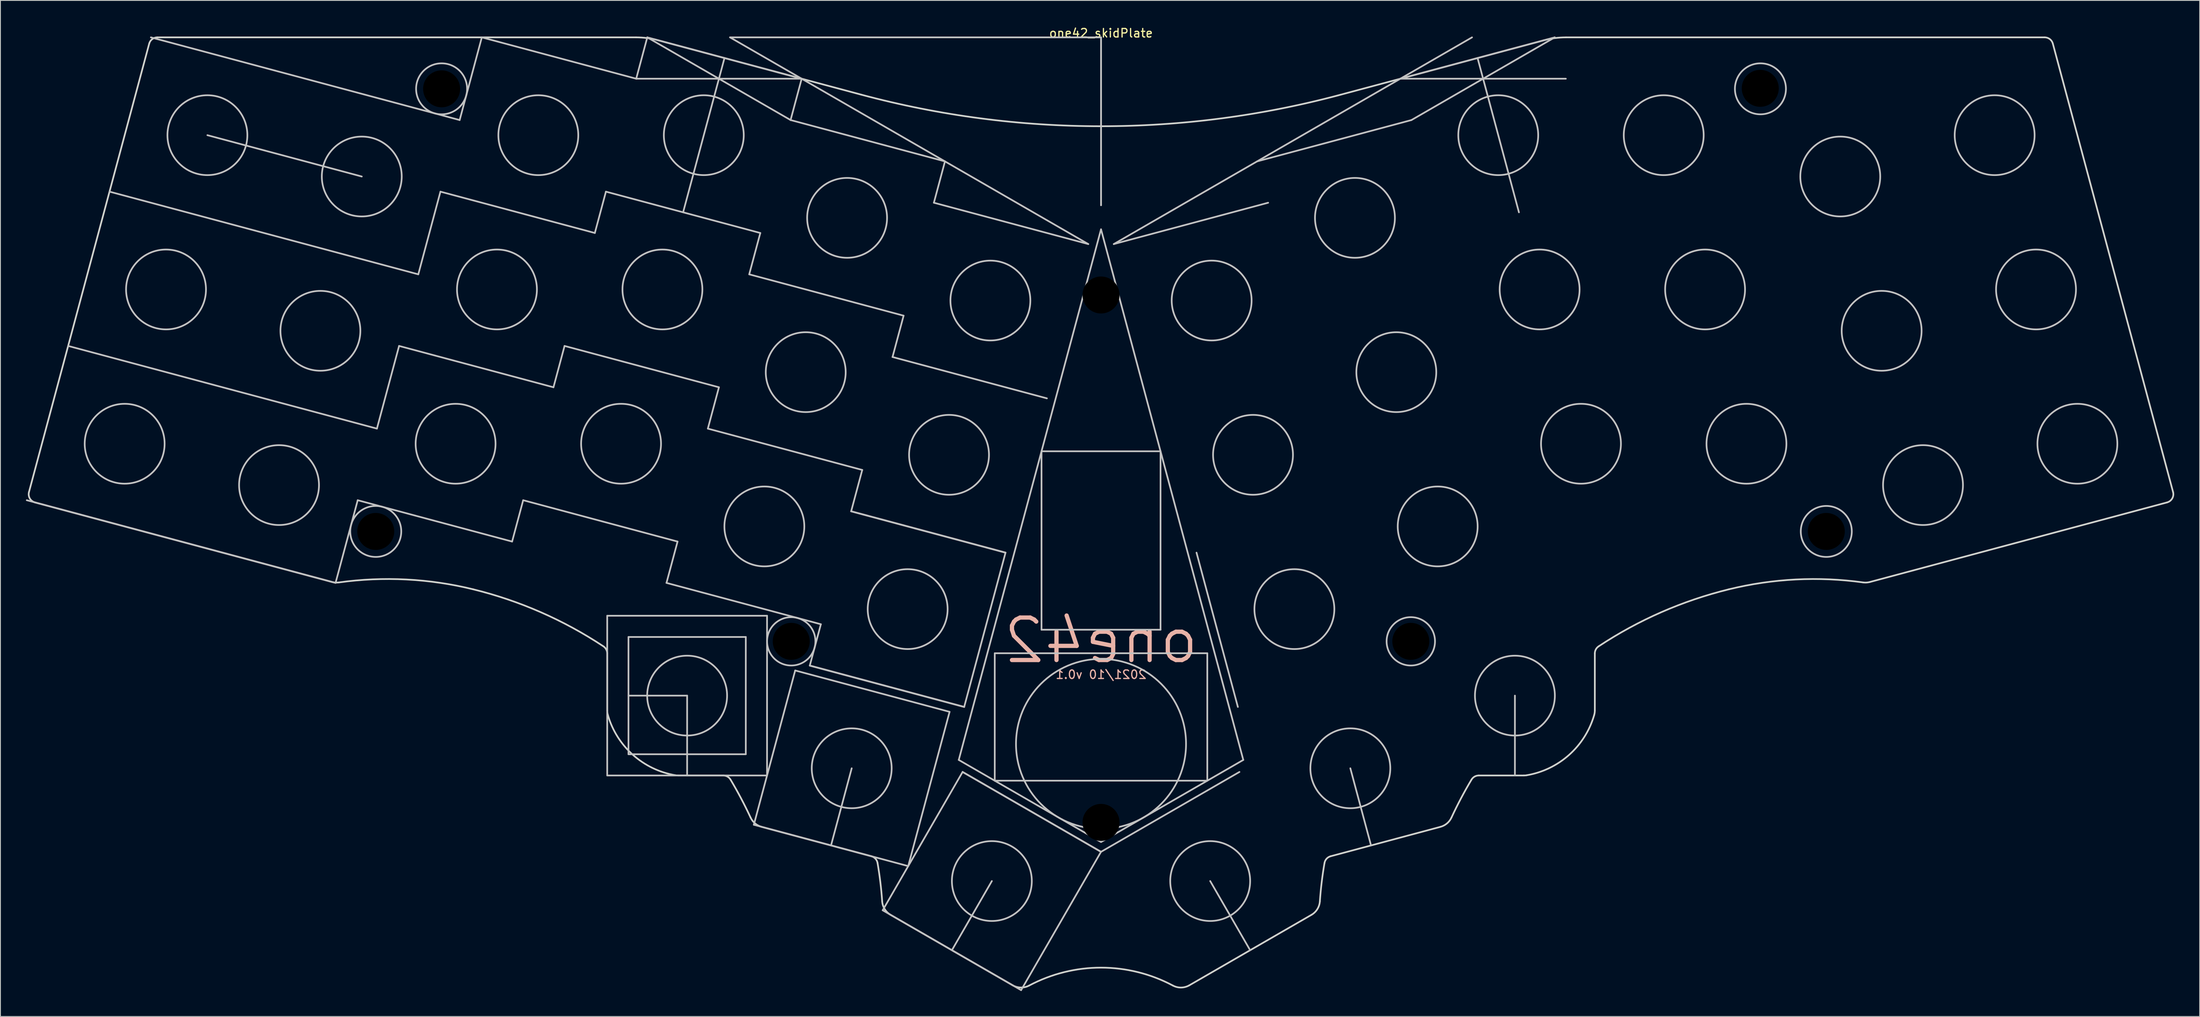
<source format=kicad_pcb>
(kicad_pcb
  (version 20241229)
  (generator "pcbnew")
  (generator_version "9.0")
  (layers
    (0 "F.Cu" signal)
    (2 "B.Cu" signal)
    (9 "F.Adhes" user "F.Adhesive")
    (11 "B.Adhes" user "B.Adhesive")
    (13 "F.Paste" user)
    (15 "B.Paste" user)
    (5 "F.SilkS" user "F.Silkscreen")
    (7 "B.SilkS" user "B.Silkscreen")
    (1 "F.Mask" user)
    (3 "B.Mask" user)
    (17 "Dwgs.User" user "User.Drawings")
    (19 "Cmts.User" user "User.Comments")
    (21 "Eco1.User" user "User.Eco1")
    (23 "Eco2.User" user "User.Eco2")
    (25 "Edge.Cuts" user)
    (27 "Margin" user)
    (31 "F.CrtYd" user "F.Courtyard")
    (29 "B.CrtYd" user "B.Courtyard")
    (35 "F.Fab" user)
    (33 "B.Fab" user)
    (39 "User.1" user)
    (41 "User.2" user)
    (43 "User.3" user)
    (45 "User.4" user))
  (footprint "one42_skidPlate"
    (layer "F.Cu")
    (at 126.458 1.348)
    (property "Reference" "one42_skidPlate" (at 0 -0.5 0) (unlocked yes) (layer "F.SilkS") (effects (font (size 1 1) (thickness 0.15))))
    (fp_line (start -105.113 11.513) (end -86.954 16.378) (stroke (width 0.2) (type solid)) (layer "Dwgs.User"))
    (fp_line (start -90.039 64.21) (end -126.358 54.478) (stroke (width 0.2) (type solid)) (layer "Dwgs.User"))
    (fp_line (start -87.431 54.478) (end -90.039 64.21) (stroke (width 0.2) (type solid)) (layer "Dwgs.User"))
    (fp_line (start -85.173 46.05) (end -121.492 36.319) (stroke (width 0.2) (type solid)) (layer "Dwgs.User"))
    (fp_line (start -82.565 36.319) (end -85.173 46.05) (stroke (width 0.2) (type solid)) (layer "Dwgs.User"))
    (fp_line (start -80.307 27.891) (end -116.626 18.159) (stroke (width 0.2) (type solid)) (layer "Dwgs.User"))
    (fp_line (start -77.7 18.159) (end -80.307 27.891) (stroke (width 0.2) (type solid)) (layer "Dwgs.User"))
    (fp_line (start -75.441 9.732) (end -111.76 0) (stroke (width 0.2) (type solid)) (layer "Dwgs.User"))
    (fp_line (start -72.834 0) (end -75.441 9.732) (stroke (width 0.2) (type solid)) (layer "Dwgs.User"))
    (fp_line (start -69.272 59.344) (end -87.431 54.478) (stroke (width 0.2) (type solid)) (layer "Dwgs.User"))
    (fp_line (start -69.272 59.344) (end -67.968 54.478) (stroke (width 0.2) (type solid)) (layer "Dwgs.User"))
    (fp_line (start -67.968 54.478) (end -49.809 59.344) (stroke (width 0.2) (type solid)) (layer "Dwgs.User"))
    (fp_line (start -64.406 41.185) (end -82.565 36.319) (stroke (width 0.2) (type solid)) (layer "Dwgs.User"))
    (fp_line (start -64.406 41.185) (end -63.102 36.319) (stroke (width 0.2) (type solid)) (layer "Dwgs.User"))
    (fp_line (start -63.102 36.319) (end -44.943 41.185) (stroke (width 0.2) (type solid)) (layer "Dwgs.User"))
    (fp_line (start -59.54 23.025) (end -77.7 18.159) (stroke (width 0.2) (type solid)) (layer "Dwgs.User"))
    (fp_line (start -59.54 23.025) (end -58.236 18.159) (stroke (width 0.2) (type solid)) (layer "Dwgs.User"))
    (fp_line (start -58.236 18.159) (end -40.077 23.025) (stroke (width 0.2) (type solid)) (layer "Dwgs.User"))
    (fp_line (start -58.084 68.076) (end -39.284 68.076) (stroke (width 0.2) (type solid)) (layer "Dwgs.User"))
    (fp_line (start -58.084 86.876) (end -58.084 68.076) (stroke (width 0.2) (type solid)) (layer "Dwgs.User"))
    (fp_line (start -55.584 70.576) (end -55.584 84.376) (stroke (width 0.2) (type solid)) (layer "Dwgs.User"))
    (fp_line (start -55.584 84.376) (end -41.784 84.376) (stroke (width 0.2) (type solid)) (layer "Dwgs.User"))
    (fp_line (start -54.674 4.866) (end -72.834 0) (stroke (width 0.2) (type solid)) (layer "Dwgs.User"))
    (fp_line (start -54.674 4.866) (end -53.371 0) (stroke (width 0.2) (type solid)) (layer "Dwgs.User"))
    (fp_line (start -53.371 0) (end -36.515 9.732) (stroke (width 0.2) (type solid)) (layer "Dwgs.User"))
    (fp_line (start -53.371 0) (end -35.211 4.866) (stroke (width 0.2) (type solid)) (layer "Dwgs.User"))
    (fp_line (start -51.112 64.21) (end -32.953 69.076) (stroke (width 0.2) (type solid)) (layer "Dwgs.User"))
    (fp_line (start -49.809 59.344) (end -51.112 64.21) (stroke (width 0.2) (type solid)) (layer "Dwgs.User"))
    (fp_line (start -48.684 77.476) (end -55.584 77.476) (stroke (width 0.2) (type solid)) (layer "Dwgs.User"))
    (fp_line (start -48.684 86.876) (end -48.684 77.476) (stroke (width 0.2) (type solid)) (layer "Dwgs.User"))
    (fp_line (start -46.247 46.05) (end -28.087 50.916) (stroke (width 0.2) (type solid)) (layer "Dwgs.User"))
    (fp_line (start -44.943 41.185) (end -46.247 46.05) (stroke (width 0.2) (type solid)) (layer "Dwgs.User"))
    (fp_line (start -44.291 2.433) (end -49.157 20.592) (stroke (width 0.2) (type solid)) (layer "Dwgs.User"))
    (fp_line (start -43.639 0) (end -1.5 24.329) (stroke (width 0.2) (type solid)) (layer "Dwgs.User"))
    (fp_line (start -41.784 70.576) (end -55.584 70.576) (stroke (width 0.2) (type solid)) (layer "Dwgs.User"))
    (fp_line (start -41.784 84.376) (end -41.784 70.576) (stroke (width 0.2) (type solid)) (layer "Dwgs.User"))
    (fp_line (start -41.381 27.891) (end -23.221 32.757) (stroke (width 0.2) (type solid)) (layer "Dwgs.User"))
    (fp_line (start -40.838 92.676) (end -22.679 97.542) (stroke (width 0.2) (type solid)) (layer "Dwgs.User"))
    (fp_line (start -40.077 23.025) (end -41.381 27.891) (stroke (width 0.2) (type solid)) (layer "Dwgs.User"))
    (fp_line (start -39.284 68.076) (end -39.284 86.876) (stroke (width 0.2) (type solid)) (layer "Dwgs.User"))
    (fp_line (start -39.284 86.876) (end -58.084 86.876) (stroke (width 0.2) (type solid)) (layer "Dwgs.User"))
    (fp_line (start -36.515 9.732) (end -18.356 14.597) (stroke (width 0.2) (type solid)) (layer "Dwgs.User"))
    (fp_line (start -35.973 74.517) (end -40.838 92.676) (stroke (width 0.2) (type solid)) (layer "Dwgs.User"))
    (fp_line (start -35.211 4.866) (end -54.674 4.866) (stroke (width 0.2) (type solid)) (layer "Dwgs.User"))
    (fp_line (start -35.211 4.866) (end -36.515 9.732) (stroke (width 0.2) (type solid)) (layer "Dwgs.User"))
    (fp_line (start -34.257 73.941) (end -16.097 78.807) (stroke (width 0.2) (type solid)) (layer "Dwgs.User"))
    (fp_line (start -34.257 73.941) (end -16.097 78.807) (stroke (width 0.2) (type solid)) (layer "Dwgs.User"))
    (fp_line (start -32.953 69.076) (end -34.257 73.941) (stroke (width 0.2) (type solid)) (layer "Dwgs.User"))
    (fp_line (start -29.391 55.782) (end -11.232 60.648) (stroke (width 0.2) (type solid)) (layer "Dwgs.User"))
    (fp_line (start -29.391 55.782) (end -11.232 60.648) (stroke (width 0.2) (type solid)) (layer "Dwgs.User"))
    (fp_line (start -29.326 86.03) (end -31.759 95.109) (stroke (width 0.2) (type solid)) (layer "Dwgs.User"))
    (fp_line (start -28.087 50.916) (end -29.391 55.782) (stroke (width 0.2) (type solid)) (layer "Dwgs.User"))
    (fp_line (start -25.681 102.742) (end -9.4 112.142) (stroke (width 0.2) (type solid)) (layer "Dwgs.User"))
    (fp_line (start -24.525 37.623) (end -6.366 42.488) (stroke (width 0.2) (type solid)) (layer "Dwgs.User"))
    (fp_line (start -23.221 32.757) (end -24.525 37.623) (stroke (width 0.2) (type solid)) (layer "Dwgs.User"))
    (fp_line (start -22.679 97.542) (end -17.813 79.383) (stroke (width 0.2) (type solid)) (layer "Dwgs.User"))
    (fp_line (start -19.659 19.463) (end -1.5 24.329) (stroke (width 0.2) (type solid)) (layer "Dwgs.User"))
    (fp_line (start -18.356 14.597) (end -19.659 19.463) (stroke (width 0.2) (type solid)) (layer "Dwgs.User"))
    (fp_line (start -17.813 79.383) (end -35.973 74.517) (stroke (width 0.2) (type solid)) (layer "Dwgs.User"))
    (fp_line (start -17.541 107.442) (end -12.841 99.302) (stroke (width 0.2) (type solid)) (layer "Dwgs.User"))
    (fp_line (start -16.734 85.045) (end 0 94.706) (stroke (width 0.2) (type solid)) (layer "Dwgs.User"))
    (fp_line (start -16.281 86.461) (end -25.681 102.742) (stroke (width 0.2) (type solid)) (layer "Dwgs.User"))
    (fp_line (start -16.281 86.461) (end 0 95.861) (stroke (width 0.2) (type solid)) (layer "Dwgs.User"))
    (fp_line (start -16.097 78.807) (end -11.232 60.648) (stroke (width 0.2) (type solid)) (layer "Dwgs.User"))
    (fp_line (start -12.5 72.489) (end -12.5 87.489) (stroke (width 0.2) (type solid)) (layer "Dwgs.User"))
    (fp_line (start -12.5 87.489) (end 12.5 87.489) (stroke (width 0.2) (type solid)) (layer "Dwgs.User"))
    (fp_line (start -9.4 112.142) (end 0 95.861) (stroke (width 0.2) (type solid)) (layer "Dwgs.User"))
    (fp_line (start -7 48.719) (end 7 48.719) (stroke (width 0.2) (type solid)) (layer "Dwgs.User"))
    (fp_line (start -7 69.719) (end -7 48.719) (stroke (width 0.2) (type solid)) (layer "Dwgs.User"))
    (fp_line (start 0 0) (end -43.639 0) (stroke (width 0.2) (type solid)) (layer "Dwgs.User"))
    (fp_line (start 0 0) (end 0 19.759) (stroke (width 0.2) (type solid)) (layer "Dwgs.User"))
    (fp_line (start 0 0) (end 0 19.759) (stroke (width 0.2) (type solid)) (layer "Dwgs.User"))
    (fp_line (start 0 22.595) (end -16.734 85.045) (stroke (width 0.2) (type solid)) (layer "Dwgs.User"))
    (fp_line (start 0 22.595) (end 16.734 85.045) (stroke (width 0.2) (type solid)) (layer "Dwgs.User"))
    (fp_line (start 0 95.861) (end -16.281 86.461) (stroke (width 0.2) (type solid)) (layer "Dwgs.User"))
    (fp_line (start 7 48.719) (end 7 69.719) (stroke (width 0.2) (type solid)) (layer "Dwgs.User"))
    (fp_line (start 7 69.719) (end -7 69.719) (stroke (width 0.2) (type solid)) (layer "Dwgs.User"))
    (fp_line (start 12.5 72.489) (end -12.5 72.489) (stroke (width 0.2) (type solid)) (layer "Dwgs.User"))
    (fp_line (start 12.5 87.489) (end 12.5 72.489) (stroke (width 0.2) (type solid)) (layer "Dwgs.User"))
    (fp_line (start 16.097 78.807) (end 11.232 60.648) (stroke (width 0.2) (type solid)) (layer "Dwgs.User"))
    (fp_line (start 16.281 86.461) (end 0 95.861) (stroke (width 0.2) (type solid)) (layer "Dwgs.User"))
    (fp_line (start 16.734 85.045) (end 0 94.706) (stroke (width 0.2) (type solid)) (layer "Dwgs.User"))
    (fp_line (start 17.541 107.442) (end 12.841 99.302) (stroke (width 0.2) (type solid)) (layer "Dwgs.User"))
    (fp_line (start 19.659 19.463) (end 1.5 24.329) (stroke (width 0.2) (type solid)) (layer "Dwgs.User"))
    (fp_line (start 29.326 86.03) (end 31.759 95.109) (stroke (width 0.2) (type solid)) (layer "Dwgs.User"))
    (fp_line (start 35.211 4.866) (end 54.674 4.866) (stroke (width 0.2) (type solid)) (layer "Dwgs.User"))
    (fp_line (start 36.515 9.732) (end 18.356 14.597) (stroke (width 0.2) (type solid)) (layer "Dwgs.User"))
    (fp_line (start 43.639 0) (end 1.5 24.329) (stroke (width 0.2) (type solid)) (layer "Dwgs.User"))
    (fp_line (start 44.291 2.433) (end 49.157 20.592) (stroke (width 0.2) (type solid)) (layer "Dwgs.User"))
    (fp_line (start 48.684 86.876) (end 48.684 77.476) (stroke (width 0.2) (type solid)) (layer "Dwgs.User"))
    (fp_line (start 53.371 0) (end 35.211 4.866) (stroke (width 0.2) (type solid)) (layer "Dwgs.User"))
    (fp_line (start 53.371 0) (end 36.515 9.732) (stroke (width 0.2) (type solid)) (layer "Dwgs.User"))
    (fp_circle (center -114.845 47.831) (end -110.145 47.831) (stroke (width 0.2) (type solid)) (fill no) (layer "Dwgs.User"))
    (fp_circle (center -109.979 29.672) (end -105.279 29.672) (stroke (width 0.2) (type solid)) (fill no) (layer "Dwgs.User"))
    (fp_circle (center -105.113 11.513) (end -100.413 11.513) (stroke (width 0.2) (type solid)) (fill no) (layer "Dwgs.User"))
    (fp_circle (center -96.686 52.697) (end -91.986 52.697) (stroke (width 0.2) (type solid)) (fill no) (layer "Dwgs.User"))
    (fp_circle (center -91.82 34.538) (end -87.12 34.538) (stroke (width 0.2) (type solid)) (fill no) (layer "Dwgs.User"))
    (fp_circle (center -86.954 16.378) (end -82.254 16.378) (stroke (width 0.2) (type solid)) (fill no) (layer "Dwgs.User"))
    (fp_circle (center -85.31 58.152) (end -82.31 58.152) (stroke (width 0.2) (type solid)) (fill no) (layer "Dwgs.User"))
    (fp_circle (center -77.563 6.057) (end -74.563 6.057) (stroke (width 0.2) (type solid)) (fill no) (layer "Dwgs.User"))
    (fp_circle (center -75.919 47.831) (end -71.219 47.831) (stroke (width 0.2) (type solid)) (fill no) (layer "Dwgs.User"))
    (fp_circle (center -71.053 29.672) (end -66.353 29.672) (stroke (width 0.2) (type solid)) (fill no) (layer "Dwgs.User"))
    (fp_circle (center -66.187 11.513) (end -61.487 11.513) (stroke (width 0.2) (type solid)) (fill no) (layer "Dwgs.User"))
    (fp_circle (center -56.455 47.831) (end -51.755 47.831) (stroke (width 0.2) (type solid)) (fill no) (layer "Dwgs.User"))
    (fp_circle (center -51.59 29.672) (end -46.89 29.672) (stroke (width 0.2) (type solid)) (fill no) (layer "Dwgs.User"))
    (fp_circle (center -48.684 77.476) (end -43.984 77.476) (stroke (width 0.2) (type solid)) (fill no) (layer "Dwgs.User"))
    (fp_circle (center -46.724 11.513) (end -42.024 11.513) (stroke (width 0.2) (type solid)) (fill no) (layer "Dwgs.User"))
    (fp_circle (center -39.6 57.563) (end -34.9 57.563) (stroke (width 0.2) (type solid)) (fill no) (layer "Dwgs.User"))
    (fp_circle (center -36.438 71.088) (end -33.593 71.088) (stroke (width 0.2) (type solid)) (fill no) (layer "Dwgs.User"))
    (fp_circle (center -34.734 39.404) (end -30.034 39.404) (stroke (width 0.2) (type solid)) (fill no) (layer "Dwgs.User"))
    (fp_circle (center -29.868 21.244) (end -25.168 21.244) (stroke (width 0.2) (type solid)) (fill no) (layer "Dwgs.User"))
    (fp_circle (center -29.326 86.03) (end -24.626 86.03) (stroke (width 0.2) (type solid)) (fill no) (layer "Dwgs.User"))
    (fp_circle (center -22.744 67.295) (end -18.044 67.295) (stroke (width 0.2) (type solid)) (fill no) (layer "Dwgs.User"))
    (fp_circle (center -17.878 49.135) (end -13.178 49.135) (stroke (width 0.2) (type solid)) (fill no) (layer "Dwgs.User"))
    (fp_circle (center -13.013 30.976) (end -8.313 30.976) (stroke (width 0.2) (type solid)) (fill no) (layer "Dwgs.User"))
    (fp_circle (center -12.841 99.302) (end -8.141 99.302) (stroke (width 0.2) (type solid)) (fill no) (layer "Dwgs.User"))
    (fp_circle (center 0 30.322) (end 2 30.322) (stroke (width 0.2) (type solid)) (fill no) (layer "Dwgs.User"))
    (fp_circle (center 0 83.159) (end 10 83.159) (stroke (width 0.2) (type solid)) (fill no) (layer "Dwgs.User"))
    (fp_circle (center 0 92.397) (end 2 92.397) (stroke (width 0.2) (type solid)) (fill no) (layer "Dwgs.User"))
    (fp_circle (center 12.841 99.302) (end 17.541 99.302) (stroke (width 0.2) (type solid)) (fill no) (layer "Dwgs.User"))
    (fp_circle (center 13.013 30.976) (end 17.713 30.976) (stroke (width 0.2) (type solid)) (fill no) (layer "Dwgs.User"))
    (fp_circle (center 17.878 49.135) (end 22.578 49.135) (stroke (width 0.2) (type solid)) (fill no) (layer "Dwgs.User"))
    (fp_circle (center 22.744 67.295) (end 27.444 67.295) (stroke (width 0.2) (type solid)) (fill no) (layer "Dwgs.User"))
    (fp_circle (center 29.326 86.03) (end 34.026 86.03) (stroke (width 0.2) (type solid)) (fill no) (layer "Dwgs.User"))
    (fp_circle (center 29.868 21.244) (end 34.568 21.244) (stroke (width 0.2) (type solid)) (fill no) (layer "Dwgs.User"))
    (fp_circle (center 34.734 39.404) (end 39.434 39.404) (stroke (width 0.2) (type solid)) (fill no) (layer "Dwgs.User"))
    (fp_circle (center 36.438 71.088) (end 39.284 71.088) (stroke (width 0.2) (type solid)) (fill no) (layer "Dwgs.User"))
    (fp_circle (center 39.6 57.563) (end 44.3 57.563) (stroke (width 0.2) (type solid)) (fill no) (layer "Dwgs.User"))
    (fp_circle (center 46.724 11.513) (end 51.424 11.513) (stroke (width 0.2) (type solid)) (fill no) (layer "Dwgs.User"))
    (fp_circle (center 48.684 77.476) (end 53.384 77.476) (stroke (width 0.2) (type solid)) (fill no) (layer "Dwgs.User"))
    (fp_circle (center 51.59 29.672) (end 56.29 29.672) (stroke (width 0.2) (type solid)) (fill no) (layer "Dwgs.User"))
    (fp_circle (center 56.455 47.831) (end 61.155 47.831) (stroke (width 0.2) (type solid)) (fill no) (layer "Dwgs.User"))
    (fp_circle (center 66.187 11.513) (end 70.887 11.513) (stroke (width 0.2) (type solid)) (fill no) (layer "Dwgs.User"))
    (fp_circle (center 71.053 29.672) (end 75.753 29.672) (stroke (width 0.2) (type solid)) (fill no) (layer "Dwgs.User"))
    (fp_circle (center 75.919 47.831) (end 80.619 47.831) (stroke (width 0.2) (type solid)) (fill no) (layer "Dwgs.User"))
    (fp_circle (center 77.563 6.057) (end 80.563 6.057) (stroke (width 0.2) (type solid)) (fill no) (layer "Dwgs.User"))
    (fp_circle (center 85.31 58.152) (end 88.31 58.152) (stroke (width 0.2) (type solid)) (fill no) (layer "Dwgs.User"))
    (fp_circle (center 86.954 16.378) (end 91.654 16.378) (stroke (width 0.2) (type solid)) (fill no) (layer "Dwgs.User"))
    (fp_circle (center 91.82 34.538) (end 96.52 34.538) (stroke (width 0.2) (type solid)) (fill no) (layer "Dwgs.User"))
    (fp_circle (center 96.686 52.697) (end 101.386 52.697) (stroke (width 0.2) (type solid)) (fill no) (layer "Dwgs.User"))
    (fp_circle (center 105.113 11.513) (end 109.813 11.513) (stroke (width 0.2) (type solid)) (fill no) (layer "Dwgs.User"))
    (fp_circle (center 109.979 29.672) (end 114.679 29.672) (stroke (width 0.2) (type solid)) (fill no) (layer "Dwgs.User"))
    (fp_circle (center 114.845 47.831) (end 119.545 47.831) (stroke (width 0.2) (type solid)) (fill no) (layer "Dwgs.User"))
    (fp_line (start -125.392 54.737) (end -90.435 64.104) (stroke (width 0.2) (type solid)) (layer "Edge.Cuts"))
    (fp_line (start -111.959 0.741) (end -126.099 53.512) (stroke (width 0.2) (type solid)) (layer "Edge.Cuts"))
    (fp_line (start -58.084 72.51) (end -58.084 79.216) (stroke (width 0.2) (type solid)) (layer "Edge.Cuts"))
    (fp_line (start -54.687 0) (end -110.993 0) (stroke (width 0.2) (type solid)) (layer "Edge.Cuts"))
    (fp_line (start -49.739 86.876) (end -44.436 86.876) (stroke (width 0.2) (type solid)) (layer "Edge.Cuts"))
    (fp_line (start -39.923 92.922) (end -27.013 96.381) (stroke (width 0.2) (type solid)) (layer "Edge.Cuts"))
    (fp_line (start -28.179 6.75) (end -52.099 0.341) (stroke (width 0.2) (type solid)) (layer "Edge.Cuts"))
    (fp_line (start -24.747 103.282) (end -10.394 111.568) (stroke (width 0.2) (type solid)) (layer "Edge.Cuts"))
    (fp_line (start 10.394 111.568) (end 24.747 103.282) (stroke (width 0.2) (type solid)) (layer "Edge.Cuts"))
    (fp_line (start 27.013 96.381) (end 39.923 92.922) (stroke (width 0.2) (type solid)) (layer "Edge.Cuts"))
    (fp_line (start 44.436 86.876) (end 49.739 86.876) (stroke (width 0.2) (type solid)) (layer "Edge.Cuts"))
    (fp_line (start 52.099 0.341) (end 28.179 6.75) (stroke (width 0.2) (type solid)) (layer "Edge.Cuts"))
    (fp_line (start 58.084 79.216) (end 58.084 72.51) (stroke (width 0.2) (type solid)) (layer "Edge.Cuts"))
    (fp_line (start 90.435 64.104) (end 125.392 54.737) (stroke (width 0.2) (type solid)) (layer "Edge.Cuts"))
    (fp_line (start 110.993 0) (end 54.687 0) (stroke (width 0.2) (type solid)) (layer "Edge.Cuts"))
    (fp_line (start 126.099 53.512) (end 111.959 0.741) (stroke (width 0.2) (type solid)) (layer "Edge.Cuts"))
    (fp_arc (start -125.391688 54.737034) (mid -125.998894 54.271108) (end -126.098794 53.51229) (stroke (width 0.2) (type solid)) (layer "Edge.Cuts"))
    (fp_arc (start -111.958817 0.74118) (mid -111.601653 0.206646) (end -110.992892 0) (stroke (width 0.2) (type solid)) (layer "Edge.Cuts"))
    (fp_arc (start -89.642148 64.152777) (mid -90.041033 64.167974) (end -90.434991 64.103654) (stroke (width 0.2) (type solid)) (layer "Edge.Cuts"))
    (fp_arc (start -89.642147 64.152777) (mid -81.71552 63.808181) (end -73.865523 64.960439) (stroke (width 0.2) (type solid)) (layer "Edge.Cuts"))
    (fp_arc (start -73.865523 64.960438) (mid -65.908404 67.65551) (end -58.531848 71.676154) (stroke (width 0.2) (type solid)) (layer "Edge.Cuts"))
    (fp_arc (start -58.531848 71.676154) (mid -58.203246 72.036655) (end -58.084276 72.509715) (stroke (width 0.2) (type solid)) (layer "Edge.Cuts"))
    (fp_arc (start -58.005228 79.77281) (mid -58.064416 79.497239) (end -58.084276 79.216083) (stroke (width 0.2) (type solid)) (layer "Edge.Cuts"))
    (fp_arc (start -54.687167 -0.000001) (mid -53.381905 0.08555) (end -52.098977 0.340741) (stroke (width 0.2) (type solid)) (layer "Edge.Cuts"))
    (fp_arc (start -50.074045 86.84814) (mid -55.057442 84.451396) (end -58.005228 79.772809) (stroke (width 0.2) (type solid)) (layer "Edge.Cuts"))
    (fp_arc (start -49.73933 86.876346) (mid -49.907281 86.869282) (end -50.074045 86.848139) (stroke (width 0.2) (type solid)) (layer "Edge.Cuts"))
    (fp_arc (start -44.436438 86.876346) (mid -43.94242 87.006894) (end -43.577388 87.364454) (stroke (width 0.2) (type solid)) (layer "Edge.Cuts"))
    (fp_arc (start -43.577388 87.364454) (mid -42.341139 89.566856) (end -41.220561 91.830303) (stroke (width 0.2) (type solid)) (layer "Edge.Cuts"))
    (fp_arc (start -39.923453 92.921502) (mid -40.693325 92.520113) (end -41.220561 91.830303) (stroke (width 0.2) (type solid)) (layer "Edge.Cuts"))
    (fp_arc (start -27.012584 96.380958) (mid -26.532751 96.672797) (end -26.285896 97.177249) (stroke (width 0.2) (type solid)) (layer "Edge.Cuts"))
    (fp_arc (start -26.285896 97.177249) (mid -25.957056 99.425966) (end -25.742167 101.688418) (stroke (width 0.2) (type solid)) (layer "Edge.Cuts"))
    (fp_arc (start -24.746988 103.281696) (mid -25.44328 102.609169) (end -25.742167 101.688418) (stroke (width 0.2) (type solid)) (layer "Edge.Cuts"))
    (fp_arc (start -8.454613 111.601989) (mid 0 109.492852) (end 8.454612 111.601989) (stroke (width 0.2) (type solid)) (layer "Edge.Cuts"))
    (fp_arc (start -8.454611 111.60199) (mid -9.428658 111.836039) (end -10.394013 111.568389) (stroke (width 0.2) (type solid)) (layer "Edge.Cuts"))
    (fp_arc (start 10.394013 111.568388) (mid 9.428659 111.836037) (end 8.454612 111.601989) (stroke (width 0.2) (type solid)) (layer "Edge.Cuts"))
    (fp_arc (start 25.742166 101.688418) (mid 25.443279 102.609168) (end 24.746987 103.281695) (stroke (width 0.2) (type solid)) (layer "Edge.Cuts"))
    (fp_arc (start 25.742167 101.688418) (mid 25.957057 99.425966) (end 26.285896 97.177249) (stroke (width 0.2) (type solid)) (layer "Edge.Cuts"))
    (fp_arc (start 26.285896 97.177249) (mid 26.532751 96.672797) (end 27.012584 96.380958) (stroke (width 0.2) (type solid)) (layer "Edge.Cuts"))
    (fp_arc (start 28.1793 6.749999) (mid 0 10.459874) (end -28.1793 6.749999) (stroke (width 0.2) (type solid)) (layer "Edge.Cuts"))
    (fp_arc (start 41.220561 91.830302) (mid 40.693326 92.520112) (end 39.923454 92.921501) (stroke (width 0.2) (type solid)) (layer "Edge.Cuts"))
    (fp_arc (start 41.220561 91.830303) (mid 42.341139 89.566856) (end 43.577388 87.364454) (stroke (width 0.2) (type solid)) (layer "Edge.Cuts"))
    (fp_arc (start 43.577389 87.364454) (mid 43.94242 87.006895) (end 44.436438 86.876347) (stroke (width 0.2) (type solid)) (layer "Edge.Cuts"))
    (fp_arc (start 50.074045 86.84814) (mid 49.907281 86.869283) (end 49.73933 86.876347) (stroke (width 0.2) (type solid)) (layer "Edge.Cuts"))
    (fp_arc (start 52.098978 0.340742) (mid 53.381906 0.085552) (end 54.687168 0) (stroke (width 0.2) (type solid)) (layer "Edge.Cuts"))
    (fp_arc (start 58.005227 79.772808) (mid 55.057441 84.451395) (end 50.074045 86.848139) (stroke (width 0.2) (type solid)) (layer "Edge.Cuts"))
    (fp_arc (start 58.084276 72.509715) (mid 58.203246 72.036655) (end 58.531848 71.676154) (stroke (width 0.2) (type solid)) (layer "Edge.Cuts"))
    (fp_arc (start 58.084276 79.216082) (mid 58.064415 79.497237) (end 58.005228 79.772809) (stroke (width 0.2) (type solid)) (layer "Edge.Cuts"))
    (fp_arc (start 58.531848 71.676155) (mid 65.908404 67.655512) (end 73.865523 64.960439) (stroke (width 0.2) (type solid)) (layer "Edge.Cuts"))
    (fp_arc (start 73.865524 64.960439) (mid 81.715521 63.808182) (end 89.642148 64.152777) (stroke (width 0.2) (type solid)) (layer "Edge.Cuts"))
    (fp_arc (start 90.434991 64.103654) (mid 90.041033 64.167974) (end 89.642148 64.152777) (stroke (width 0.2) (type solid)) (layer "Edge.Cuts"))
    (fp_arc (start 110.992892 -0.000001) (mid 111.601653 0.206646) (end 111.958818 0.74118) (stroke (width 0.2) (type solid)) (layer "Edge.Cuts"))
    (fp_arc (start 126.098795 53.51229) (mid 125.998894 54.271109) (end 125.391688 54.737035) (stroke (width 0.2) (type solid)) (layer "Edge.Cuts"))
    (fp_text user "one42" (at 0 71 0) (unlocked yes) (layer "B.SilkS") (effects (font (size 5 5) (thickness 0.5)) (justify mirror)))
    (fp_text user "2021/10 v0.1" (at 0 75 0) (unlocked yes) (layer "B.SilkS") (effects (font (size 1 1) (thickness 0.15)) (justify mirror)))
    (pad "" np_thru_hole circle (at -85.31 58.152) (size 4.35 4.35) (drill 4.35) (layers "*.Mask"))
    (pad "" np_thru_hole circle (at -77.563 6.057) (size 4.35 4.35) (drill 4.35) (layers "*.Mask"))
    (pad "" np_thru_hole circle (at -36.438 71.088) (size 4.35 4.35) (drill 4.35) (layers "*.Mask"))
    (pad "" np_thru_hole circle (at 0 30.322) (size 4.35 4.35) (drill 4.35) (layers "*.Mask"))
    (pad "" np_thru_hole circle (at 0 92.397) (size 4.35 4.35) (drill 4.35) (layers "*.Mask"))
    (pad "" np_thru_hole circle (at 36.438 71.088) (size 4.35 4.35) (drill 4.35) (layers "*.Mask"))
    (pad "" np_thru_hole circle (at 77.542 5.998) (size 4.35 4.35) (drill 4.35) (layers "*.Mask"))
    (pad "" np_thru_hole circle (at 85.31 58.152) (size 4.35 4.35) (drill 4.35) (layers "*.Mask")))
  (gr_rect
    (start -3 -3)
    (end 255.69 116.591)
    (stroke (width 0.1) (type default))
    (fill no)
    (layer "Edge.Cuts")))
</source>
